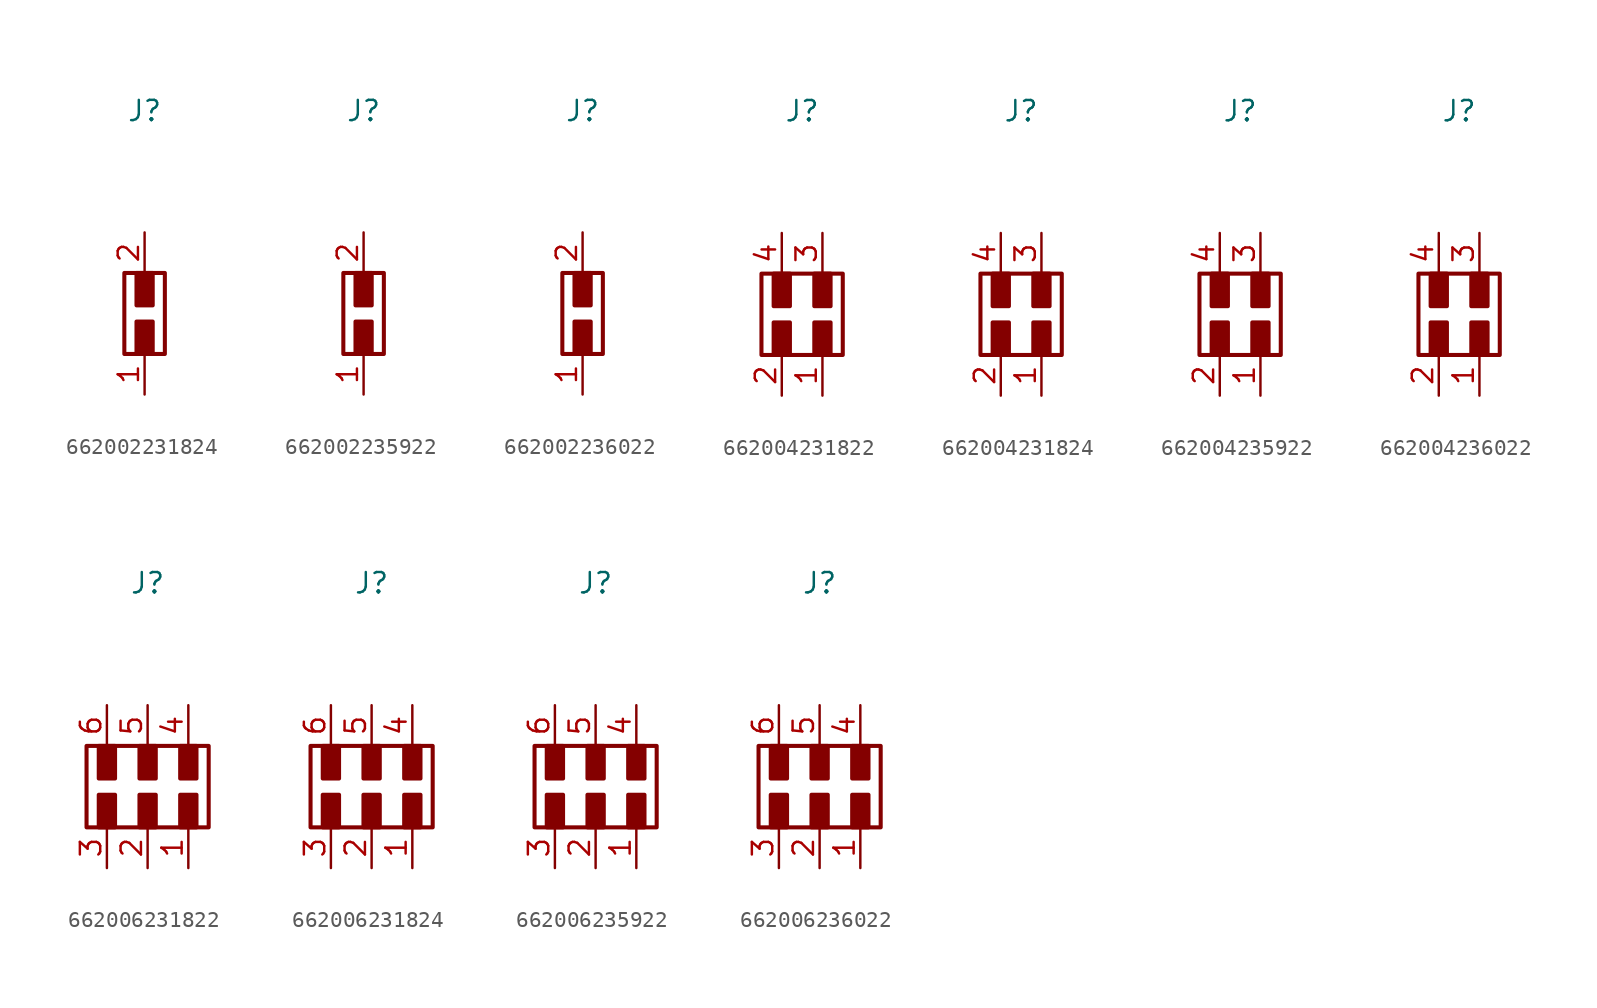
<source format=kicad_sym>
(kicad_symbol_lib
  (version 20241209)
  (generator "kicad_symbol_editor")
  (generator_version "9.0")
  (symbol "662002231824"
    (pin_names
      (hide yes))
    (property "Reference" "J"
      (at 0 12.7 0)
      (effects (font (size 1.27 1.27))))
    (symbol "662002231824_1_1"
      (rectangle (start -0.508 2.54) (end 0.508 0.508) (stroke (width 0.254) (type solid)) (fill (type outline)))
      (rectangle (start -0.508 -0.508) (end 0.508 -2.54) (stroke (width 0.254) (type solid)) (fill (type outline)))
      (rectangle (start 1.27 -2.54) (end -1.27 2.54) (stroke (width 0.254) (type solid)) (fill (type none)))
      (pin passive line (at 0 5.08 270) (length 2.54) (name "2" (effects (font (size 1.27 1.27)))) (number "2" (effects (font (size 1.27 1.27)))))
      (pin passive line (at 0 -5.08 90) (length 2.54) (name "1" (effects (font (size 1.27 1.27)))) (number "1" (effects (font (size 1.27 1.27)))))))
  (symbol "662002235922"
    (pin_names
      (hide yes))
    (property "Reference" "J"
      (at 0 12.7 0)
      (effects (font (size 1.27 1.27))))
    (symbol "662002235922_1_1"
      (rectangle (start -0.508 2.54) (end 0.508 0.508) (stroke (width 0.254) (type solid)) (fill (type outline)))
      (rectangle (start -0.508 -0.508) (end 0.508 -2.54) (stroke (width 0.254) (type solid)) (fill (type outline)))
      (rectangle (start 1.27 -2.54) (end -1.27 2.54) (stroke (width 0.254) (type solid)) (fill (type none)))
      (pin passive line (at 0 5.08 270) (length 2.54) (name "2" (effects (font (size 1.27 1.27)))) (number "2" (effects (font (size 1.27 1.27)))))
      (pin passive line (at 0 -5.08 90) (length 2.54) (name "1" (effects (font (size 1.27 1.27)))) (number "1" (effects (font (size 1.27 1.27)))))))
  (symbol "662002236022"
    (pin_names
      (hide yes))
    (property "Reference" "J"
      (at 0 12.7 0)
      (effects (font (size 1.27 1.27))))
    (symbol "662002236022_1_1"
      (rectangle (start -0.508 2.54) (end 0.508 0.508) (stroke (width 0.254) (type solid)) (fill (type outline)))
      (rectangle (start -0.508 -0.508) (end 0.508 -2.54) (stroke (width 0.254) (type solid)) (fill (type outline)))
      (rectangle (start 1.27 -2.54) (end -1.27 2.54) (stroke (width 0.254) (type solid)) (fill (type none)))
      (pin passive line (at 0 5.08 270) (length 2.54) (name "2" (effects (font (size 1.27 1.27)))) (number "2" (effects (font (size 1.27 1.27)))))
      (pin passive line (at 0 -5.08 90) (length 2.54) (name "1" (effects (font (size 1.27 1.27)))) (number "1" (effects (font (size 1.27 1.27)))))))
  (symbol "662004231822"
    (pin_names
      (hide yes))
    (property "Reference" "J"
      (at 0 12.7 0)
      (effects (font (size 1.27 1.27))))
    (symbol "662004231822_1_1"
      (rectangle (start -2.54 2.54) (end 2.54 -2.54) (stroke (width 0.254) (type solid)) (fill (type none)))
      (rectangle (start -1.778 2.54) (end -0.762 0.508) (stroke (width 0.254) (type solid)) (fill (type outline)))
      (rectangle (start -1.778 -0.508) (end -0.762 -2.54) (stroke (width 0.254) (type solid)) (fill (type outline)))
      (rectangle (start 0.762 2.54) (end 1.778 0.508) (stroke (width 0.254) (type solid)) (fill (type outline)))
      (rectangle (start 0.762 -0.508) (end 1.778 -2.54) (stroke (width 0.254) (type solid)) (fill (type outline)))
      (pin passive line (at -1.27 5.08 270) (length 2.54) (name "4" (effects (font (size 1.27 1.27)))) (number "4" (effects (font (size 1.27 1.27)))))
      (pin passive line (at -1.27 -5.08 90) (length 2.54) (name "2" (effects (font (size 1.27 1.27)))) (number "2" (effects (font (size 1.27 1.27)))))
      (pin passive line (at 1.27 5.08 270) (length 2.54) (name "3" (effects (font (size 1.27 1.27)))) (number "3" (effects (font (size 1.27 1.27)))))
      (pin passive line (at 1.27 -5.08 90) (length 2.54) (name "1" (effects (font (size 1.27 1.27)))) (number "1" (effects (font (size 1.27 1.27)))))))
  (symbol "662004231824"
    (pin_names
      (hide yes))
    (property "Reference" "J"
      (at 0 12.7 0)
      (effects (font (size 1.27 1.27))))
    (symbol "662004231824_1_1"
      (rectangle (start -2.54 2.54) (end 2.54 -2.54) (stroke (width 0.254) (type solid)) (fill (type none)))
      (rectangle (start -1.778 2.54) (end -0.762 0.508) (stroke (width 0.254) (type solid)) (fill (type outline)))
      (rectangle (start -1.778 -0.508) (end -0.762 -2.54) (stroke (width 0.254) (type solid)) (fill (type outline)))
      (rectangle (start 0.762 2.54) (end 1.778 0.508) (stroke (width 0.254) (type solid)) (fill (type outline)))
      (rectangle (start 0.762 -0.508) (end 1.778 -2.54) (stroke (width 0.254) (type solid)) (fill (type outline)))
      (pin passive line (at -1.27 5.08 270) (length 2.54) (name "4" (effects (font (size 1.27 1.27)))) (number "4" (effects (font (size 1.27 1.27)))))
      (pin passive line (at -1.27 -5.08 90) (length 2.54) (name "2" (effects (font (size 1.27 1.27)))) (number "2" (effects (font (size 1.27 1.27)))))
      (pin passive line (at 1.27 5.08 270) (length 2.54) (name "3" (effects (font (size 1.27 1.27)))) (number "3" (effects (font (size 1.27 1.27)))))
      (pin passive line (at 1.27 -5.08 90) (length 2.54) (name "1" (effects (font (size 1.27 1.27)))) (number "1" (effects (font (size 1.27 1.27)))))))
  (symbol "662004235922"
    (pin_names
      (hide yes))
    (property "Reference" "J"
      (at 0 12.7 0)
      (effects (font (size 1.27 1.27))))
    (symbol "662004235922_1_1"
      (rectangle (start -2.54 2.54) (end 2.54 -2.54) (stroke (width 0.254) (type solid)) (fill (type none)))
      (rectangle (start -1.778 2.54) (end -0.762 0.508) (stroke (width 0.254) (type solid)) (fill (type outline)))
      (rectangle (start -1.778 -0.508) (end -0.762 -2.54) (stroke (width 0.254) (type solid)) (fill (type outline)))
      (rectangle (start 0.762 2.54) (end 1.778 0.508) (stroke (width 0.254) (type solid)) (fill (type outline)))
      (rectangle (start 0.762 -0.508) (end 1.778 -2.54) (stroke (width 0.254) (type solid)) (fill (type outline)))
      (pin passive line (at -1.27 5.08 270) (length 2.54) (name "4" (effects (font (size 1.27 1.27)))) (number "4" (effects (font (size 1.27 1.27)))))
      (pin passive line (at -1.27 -5.08 90) (length 2.54) (name "2" (effects (font (size 1.27 1.27)))) (number "2" (effects (font (size 1.27 1.27)))))
      (pin passive line (at 1.27 5.08 270) (length 2.54) (name "3" (effects (font (size 1.27 1.27)))) (number "3" (effects (font (size 1.27 1.27)))))
      (pin passive line (at 1.27 -5.08 90) (length 2.54) (name "1" (effects (font (size 1.27 1.27)))) (number "1" (effects (font (size 1.27 1.27)))))))
  (symbol "662004236022"
    (pin_names
      (hide yes))
    (property "Reference" "J"
      (at 0 12.7 0)
      (effects (font (size 1.27 1.27))))
    (symbol "662004236022_1_1"
      (rectangle (start -2.54 2.54) (end 2.54 -2.54) (stroke (width 0.254) (type solid)) (fill (type none)))
      (rectangle (start -1.778 2.54) (end -0.762 0.508) (stroke (width 0.254) (type solid)) (fill (type outline)))
      (rectangle (start -1.778 -0.508) (end -0.762 -2.54) (stroke (width 0.254) (type solid)) (fill (type outline)))
      (rectangle (start 0.762 2.54) (end 1.778 0.508) (stroke (width 0.254) (type solid)) (fill (type outline)))
      (rectangle (start 0.762 -0.508) (end 1.778 -2.54) (stroke (width 0.254) (type solid)) (fill (type outline)))
      (pin passive line (at -1.27 5.08 270) (length 2.54) (name "4" (effects (font (size 1.27 1.27)))) (number "4" (effects (font (size 1.27 1.27)))))
      (pin passive line (at -1.27 -5.08 90) (length 2.54) (name "2" (effects (font (size 1.27 1.27)))) (number "2" (effects (font (size 1.27 1.27)))))
      (pin passive line (at 1.27 5.08 270) (length 2.54) (name "3" (effects (font (size 1.27 1.27)))) (number "3" (effects (font (size 1.27 1.27)))))
      (pin passive line (at 1.27 -5.08 90) (length 2.54) (name "1" (effects (font (size 1.27 1.27)))) (number "1" (effects (font (size 1.27 1.27)))))))
  (symbol "662006231822"
    (pin_names
      (hide yes))
    (property "Reference" "J"
      (at 0 12.7 0)
      (effects (font (size 1.27 1.27))))
    (symbol "662006231822_1_1"
      (rectangle (start -3.81 2.54) (end 3.81 -2.54) (stroke (width 0.254) (type solid)) (fill (type none)))
      (rectangle (start -3.048 2.54) (end -2.032 0.508) (stroke (width 0.254) (type solid)) (fill (type outline)))
      (rectangle (start -3.048 -0.508) (end -2.032 -2.54) (stroke (width 0.254) (type solid)) (fill (type outline)))
      (rectangle (start -0.508 2.54) (end 0.508 0.508) (stroke (width 0.254) (type solid)) (fill (type outline)))
      (rectangle (start -0.508 -0.508) (end 0.508 -2.54) (stroke (width 0.254) (type solid)) (fill (type outline)))
      (rectangle (start 2.032 2.54) (end 3.048 0.508) (stroke (width 0.254) (type solid)) (fill (type outline)))
      (rectangle (start 2.032 -0.508) (end 3.048 -2.54) (stroke (width 0.254) (type solid)) (fill (type outline)))
      (pin passive line (at -2.54 5.08 270) (length 2.54) (name "6" (effects (font (size 1.27 1.27)))) (number "6" (effects (font (size 1.27 1.27)))))
      (pin passive line (at -2.54 -5.08 90) (length 2.54) (name "3" (effects (font (size 1.27 1.27)))) (number "3" (effects (font (size 1.27 1.27)))))
      (pin passive line (at 0 5.08 270) (length 2.54) (name "5" (effects (font (size 1.27 1.27)))) (number "5" (effects (font (size 1.27 1.27)))))
      (pin passive line (at 0 -5.08 90) (length 2.54) (name "2" (effects (font (size 1.27 1.27)))) (number "2" (effects (font (size 1.27 1.27)))))
      (pin passive line (at 2.54 5.08 270) (length 2.54) (name "4" (effects (font (size 1.27 1.27)))) (number "4" (effects (font (size 1.27 1.27)))))
      (pin passive line (at 2.54 -5.08 90) (length 2.54) (name "1" (effects (font (size 1.27 1.27)))) (number "1" (effects (font (size 1.27 1.27)))))))
  (symbol "662006231824"
    (pin_names
      (hide yes))
    (property "Reference" "J"
      (at 0 12.7 0)
      (effects (font (size 1.27 1.27))))
    (symbol "662006231824_1_1"
      (rectangle (start -3.81 2.54) (end 3.81 -2.54) (stroke (width 0.254) (type solid)) (fill (type none)))
      (rectangle (start -3.048 2.54) (end -2.032 0.508) (stroke (width 0.254) (type solid)) (fill (type outline)))
      (rectangle (start -3.048 -0.508) (end -2.032 -2.54) (stroke (width 0.254) (type solid)) (fill (type outline)))
      (rectangle (start -0.508 2.54) (end 0.508 0.508) (stroke (width 0.254) (type solid)) (fill (type outline)))
      (rectangle (start -0.508 -0.508) (end 0.508 -2.54) (stroke (width 0.254) (type solid)) (fill (type outline)))
      (rectangle (start 2.032 2.54) (end 3.048 0.508) (stroke (width 0.254) (type solid)) (fill (type outline)))
      (rectangle (start 2.032 -0.508) (end 3.048 -2.54) (stroke (width 0.254) (type solid)) (fill (type outline)))
      (pin passive line (at -2.54 5.08 270) (length 2.54) (name "6" (effects (font (size 1.27 1.27)))) (number "6" (effects (font (size 1.27 1.27)))))
      (pin passive line (at -2.54 -5.08 90) (length 2.54) (name "3" (effects (font (size 1.27 1.27)))) (number "3" (effects (font (size 1.27 1.27)))))
      (pin passive line (at 0 5.08 270) (length 2.54) (name "5" (effects (font (size 1.27 1.27)))) (number "5" (effects (font (size 1.27 1.27)))))
      (pin passive line (at 0 -5.08 90) (length 2.54) (name "2" (effects (font (size 1.27 1.27)))) (number "2" (effects (font (size 1.27 1.27)))))
      (pin passive line (at 2.54 5.08 270) (length 2.54) (name "4" (effects (font (size 1.27 1.27)))) (number "4" (effects (font (size 1.27 1.27)))))
      (pin passive line (at 2.54 -5.08 90) (length 2.54) (name "1" (effects (font (size 1.27 1.27)))) (number "1" (effects (font (size 1.27 1.27)))))))
  (symbol "662006235922"
    (pin_names
      (hide yes))
    (property "Reference" "J"
      (at 0 12.7 0)
      (effects (font (size 1.27 1.27))))
    (symbol "662006235922_1_1"
      (rectangle (start -3.81 2.54) (end 3.81 -2.54) (stroke (width 0.254) (type solid)) (fill (type none)))
      (rectangle (start -3.048 2.54) (end -2.032 0.508) (stroke (width 0.254) (type solid)) (fill (type outline)))
      (rectangle (start -3.048 -0.508) (end -2.032 -2.54) (stroke (width 0.254) (type solid)) (fill (type outline)))
      (rectangle (start -0.508 2.54) (end 0.508 0.508) (stroke (width 0.254) (type solid)) (fill (type outline)))
      (rectangle (start -0.508 -0.508) (end 0.508 -2.54) (stroke (width 0.254) (type solid)) (fill (type outline)))
      (rectangle (start 2.032 2.54) (end 3.048 0.508) (stroke (width 0.254) (type solid)) (fill (type outline)))
      (rectangle (start 2.032 -0.508) (end 3.048 -2.54) (stroke (width 0.254) (type solid)) (fill (type outline)))
      (pin passive line (at -2.54 5.08 270) (length 2.54) (name "6" (effects (font (size 1.27 1.27)))) (number "6" (effects (font (size 1.27 1.27)))))
      (pin passive line (at -2.54 -5.08 90) (length 2.54) (name "3" (effects (font (size 1.27 1.27)))) (number "3" (effects (font (size 1.27 1.27)))))
      (pin passive line (at 0 5.08 270) (length 2.54) (name "5" (effects (font (size 1.27 1.27)))) (number "5" (effects (font (size 1.27 1.27)))))
      (pin passive line (at 0 -5.08 90) (length 2.54) (name "2" (effects (font (size 1.27 1.27)))) (number "2" (effects (font (size 1.27 1.27)))))
      (pin passive line (at 2.54 5.08 270) (length 2.54) (name "4" (effects (font (size 1.27 1.27)))) (number "4" (effects (font (size 1.27 1.27)))))
      (pin passive line (at 2.54 -5.08 90) (length 2.54) (name "1" (effects (font (size 1.27 1.27)))) (number "1" (effects (font (size 1.27 1.27)))))))
  (symbol "662006236022"
    (pin_names
      (hide yes))
    (property "Reference" "J"
      (at 0 12.7 0)
      (effects (font (size 1.27 1.27))))
    (symbol "662006236022_1_1"
      (rectangle (start -3.81 2.54) (end 3.81 -2.54) (stroke (width 0.254) (type solid)) (fill (type none)))
      (rectangle (start -3.048 2.54) (end -2.032 0.508) (stroke (width 0.254) (type solid)) (fill (type outline)))
      (rectangle (start -3.048 -0.508) (end -2.032 -2.54) (stroke (width 0.254) (type solid)) (fill (type outline)))
      (rectangle (start -0.508 2.54) (end 0.508 0.508) (stroke (width 0.254) (type solid)) (fill (type outline)))
      (rectangle (start -0.508 -0.508) (end 0.508 -2.54) (stroke (width 0.254) (type solid)) (fill (type outline)))
      (rectangle (start 2.032 2.54) (end 3.048 0.508) (stroke (width 0.254) (type solid)) (fill (type outline)))
      (rectangle (start 2.032 -0.508) (end 3.048 -2.54) (stroke (width 0.254) (type solid)) (fill (type outline)))
      (pin passive line (at -2.54 5.08 270) (length 2.54) (name "6" (effects (font (size 1.27 1.27)))) (number "6" (effects (font (size 1.27 1.27)))))
      (pin passive line (at -2.54 -5.08 90) (length 2.54) (name "3" (effects (font (size 1.27 1.27)))) (number "3" (effects (font (size 1.27 1.27)))))
      (pin passive line (at 0 5.08 270) (length 2.54) (name "5" (effects (font (size 1.27 1.27)))) (number "5" (effects (font (size 1.27 1.27)))))
      (pin passive line (at 0 -5.08 90) (length 2.54) (name "2" (effects (font (size 1.27 1.27)))) (number "2" (effects (font (size 1.27 1.27)))))
      (pin passive line (at 2.54 5.08 270) (length 2.54) (name "4" (effects (font (size 1.27 1.27)))) (number "4" (effects (font (size 1.27 1.27)))))
      (pin passive line (at 2.54 -5.08 90) (length 2.54) (name "1" (effects (font (size 1.27 1.27)))) (number "1" (effects (font (size 1.27 1.27))))))))
</source>
